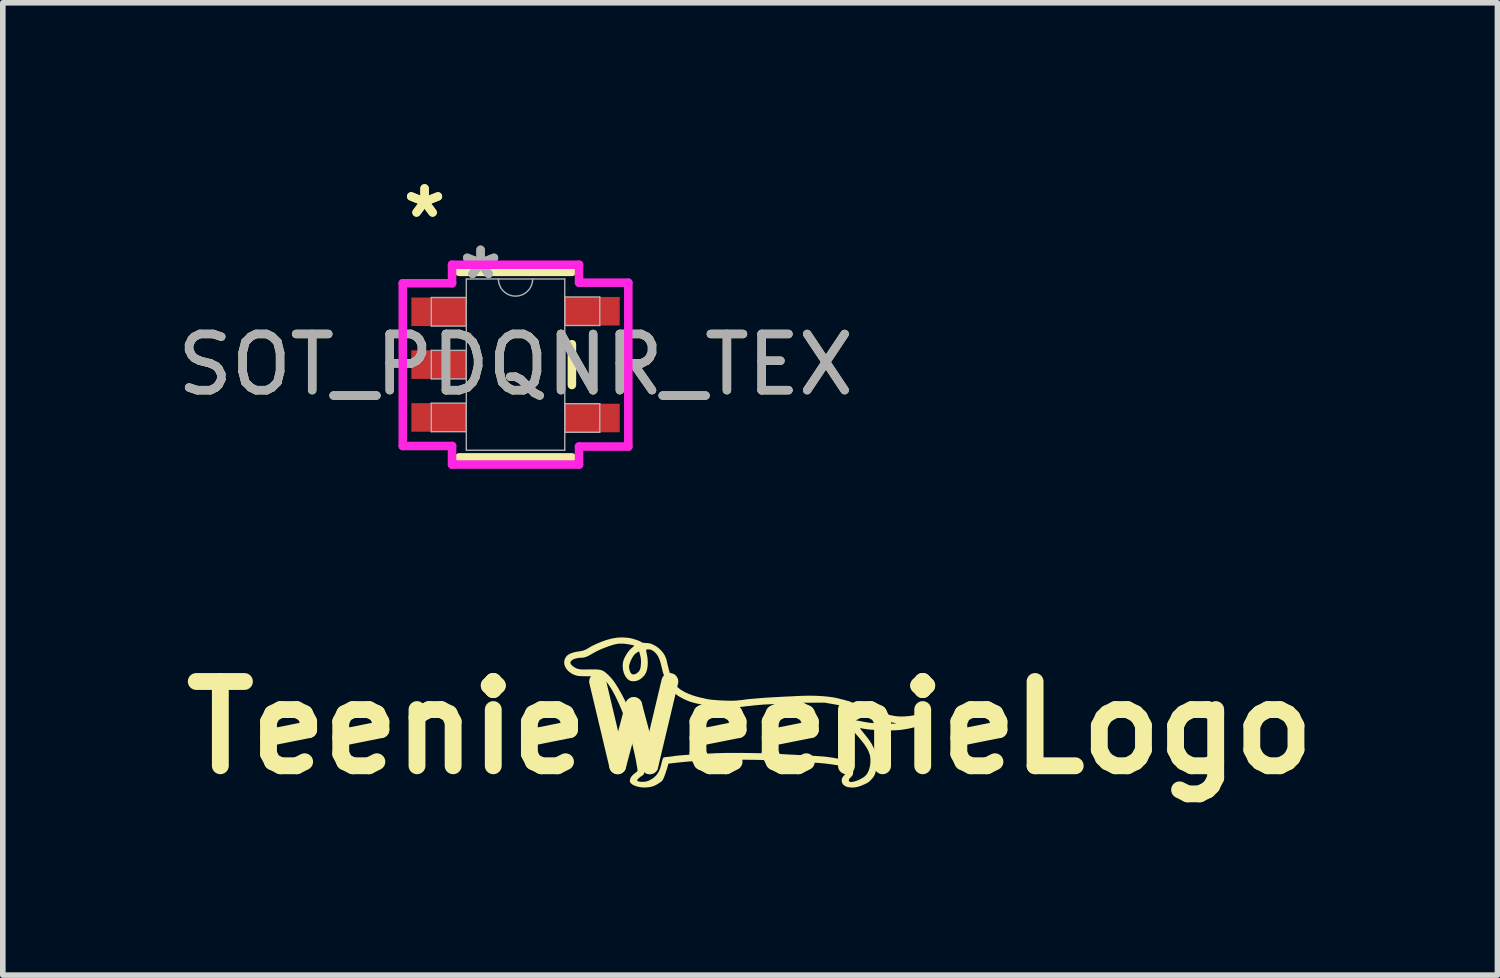
<source format=kicad_pcb>
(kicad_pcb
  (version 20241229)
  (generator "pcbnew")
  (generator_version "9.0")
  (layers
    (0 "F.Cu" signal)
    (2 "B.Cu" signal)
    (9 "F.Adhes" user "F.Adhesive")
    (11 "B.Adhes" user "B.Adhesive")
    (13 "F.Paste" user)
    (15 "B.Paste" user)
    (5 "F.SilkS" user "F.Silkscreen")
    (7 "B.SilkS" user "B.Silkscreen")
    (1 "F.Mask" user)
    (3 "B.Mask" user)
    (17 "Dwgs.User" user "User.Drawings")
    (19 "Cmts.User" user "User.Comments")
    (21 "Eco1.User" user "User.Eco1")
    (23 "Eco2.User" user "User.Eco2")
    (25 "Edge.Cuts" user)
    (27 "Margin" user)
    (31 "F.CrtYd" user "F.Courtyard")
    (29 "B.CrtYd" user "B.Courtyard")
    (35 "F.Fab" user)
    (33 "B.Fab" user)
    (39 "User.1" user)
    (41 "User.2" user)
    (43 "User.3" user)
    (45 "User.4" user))
  (footprint "TeenieWeenieLogo"
    (layer "F.Cu")
    (at 10.3 9.9)
    (property "Reference" "TeenieWeenieLogo" (at 0 0 0) (layer "F.SilkS") (effects (font (size 1.5 1.5) (thickness 0.3))))
    (attr board_only exclude_from_pos_files exclude_from_bom)
    (fp_poly (pts (xy -2.189 -1.601) (xy -2.186 -1.601) (xy -2.141 -1.594) (xy -2.093 -1.583) (xy -2.045 -1.569) (xy -2.001 -1.554) (xy -1.964 -1.539) (xy -1.943 -1.527) (xy -1.928 -1.518) (xy -1.912 -1.513) (xy -1.89 -1.509) (xy -1.859 -1.507) (xy -1.848 -1.506) (xy -1.814 -1.504) (xy -1.789 -1.5) (xy -1.766 -1.494) (xy -1.74 -1.483) (xy -1.718 -1.473) (xy -1.678 -1.451) (xy -1.643 -1.427) (xy -1.606 -1.395) (xy -1.599 -1.389) (xy -1.553 -1.338) (xy -1.519 -1.285) (xy -1.494 -1.226) (xy -1.483 -1.184) (xy -1.468 -1.117) (xy -1.454 -1.062) (xy -1.442 -1.016) (xy -1.43 -0.976) (xy -1.418 -0.94) (xy -1.404 -0.905) (xy -1.388 -0.868) (xy -1.37 -0.83) (xy -1.352 -0.795) (xy -1.335 -0.768) (xy -1.316 -0.744) (xy -1.29 -0.719) (xy -1.288 -0.717) (xy -1.234 -0.674) (xy -1.167 -0.635) (xy -1.089 -0.599) (xy -1.001 -0.567) (xy -0.904 -0.54) (xy -0.861 -0.53) (xy -0.831 -0.524) (xy -0.803 -0.517) (xy -0.783 -0.512) (xy -0.782 -0.512) (xy -0.749 -0.506) (xy -0.705 -0.499) (xy -0.651 -0.494) (xy -0.591 -0.489) (xy -0.527 -0.485) (xy -0.462 -0.482) (xy -0.398 -0.48) (xy -0.338 -0.479) (xy -0.284 -0.48) (xy -0.24 -0.483) (xy -0.235 -0.483) (xy -0.199 -0.487) (xy -0.166 -0.49) (xy -0.14 -0.493) (xy -0.125 -0.495) (xy -0.124 -0.495) (xy -0.091 -0.5) (xy -0.045 -0.506) (xy 0.011 -0.511) (xy 0.076 -0.517) (xy 0.148 -0.523) (xy 0.224 -0.529) (xy 0.304 -0.535) (xy 0.385 -0.54) (xy 0.465 -0.544) (xy 0.537 -0.548) (xy 0.593 -0.551) (xy 0.652 -0.554) (xy 0.709 -0.556) (xy 0.761 -0.559) (xy 0.804 -0.561) (xy 0.814 -0.562) (xy 0.938 -0.567) (xy 1.058 -0.569) (xy 1.174 -0.567) (xy 1.282 -0.561) (xy 1.382 -0.552) (xy 1.473 -0.54) (xy 1.552 -0.525) (xy 1.586 -0.516) (xy 1.615 -0.508) (xy 1.649 -0.5) (xy 1.673 -0.494) (xy 1.697 -0.488) (xy 1.732 -0.477) (xy 1.776 -0.462) (xy 1.827 -0.444) (xy 1.881 -0.425) (xy 1.938 -0.404) (xy 1.994 -0.382) (xy 2.047 -0.361) (xy 2.096 -0.342) (xy 2.13 -0.327) (xy 2.159 -0.316) (xy 2.2 -0.303) (xy 2.249 -0.288) (xy 2.303 -0.272) (xy 2.36 -0.257) (xy 2.418 -0.242) (xy 2.473 -0.228) (xy 2.523 -0.217) (xy 2.565 -0.209) (xy 2.577 -0.207) (xy 2.651 -0.199) (xy 2.733 -0.199) (xy 2.819 -0.205) (xy 2.906 -0.218) (xy 2.94 -0.225) (xy 2.993 -0.235) (xy 3.036 -0.239) (xy 3.069 -0.238) (xy 3.087 -0.233) (xy 3.103 -0.219) (xy 3.12 -0.196) (xy 3.132 -0.172) (xy 3.137 -0.15) (xy 3.131 -0.122) (xy 3.114 -0.094) (xy 3.091 -0.072) (xy 3.052 -0.051) (xy 3.001 -0.03) (xy 2.939 -0.011) (xy 2.868 0.007) (xy 2.791 0.023) (xy 2.707 0.036) (xy 2.678 0.04) (xy 2.618 0.045) (xy 2.549 0.048) (xy 2.473 0.049) (xy 2.393 0.049) (xy 2.312 0.046) (xy 2.232 0.042) (xy 2.155 0.036) (xy 2.085 0.029) (xy 2.024 0.02) (xy 1.974 0.01) (xy 1.972 0.01) (xy 1.961 0.008) (xy 1.958 0.011) (xy 1.961 0.02) (xy 1.973 0.036) (xy 1.993 0.062) (xy 2.038 0.118) (xy 2.076 0.165) (xy 2.106 0.205) (xy 2.131 0.24) (xy 2.152 0.272) (xy 2.17 0.302) (xy 2.185 0.332) (xy 2.201 0.365) (xy 2.208 0.381) (xy 2.226 0.426) (xy 2.239 0.464) (xy 2.247 0.503) (xy 2.25 0.525) (xy 2.254 0.556) (xy 2.256 0.582) (xy 2.257 0.607) (xy 2.256 0.635) (xy 2.252 0.668) (xy 2.247 0.71) (xy 2.244 0.733) (xy 2.234 0.787) (xy 2.22 0.831) (xy 2.201 0.869) (xy 2.173 0.905) (xy 2.151 0.929) (xy 2.127 0.953) (xy 2.103 0.972) (xy 2.075 0.989) (xy 2.038 1.007) (xy 2.033 1.009) (xy 1.972 1.035) (xy 1.918 1.053) (xy 1.868 1.063) (xy 1.817 1.066) (xy 1.794 1.065) (xy 1.74 1.058) (xy 1.696 1.043) (xy 1.662 1.019) (xy 1.64 0.989) (xy 1.63 0.953) (xy 1.632 0.913) (xy 1.641 0.89) (xy 1.662 0.862) (xy 1.676 0.846) (xy 1.714 0.806) (xy 1.714 0.759) (xy 1.714 0.732) (xy 1.711 0.717) (xy 1.705 0.708) (xy 1.701 0.705) (xy 1.68 0.697) (xy 1.647 0.688) (xy 1.604 0.679) (xy 1.553 0.669) (xy 1.496 0.66) (xy 1.435 0.651) (xy 1.371 0.643) (xy 1.308 0.636) (xy 1.246 0.63) (xy 1.189 0.626) (xy 1.184 0.626) (xy 1.132 0.623) (xy 1.072 0.619) (xy 1.01 0.616) (xy 0.954 0.613) (xy 0.939 0.612) (xy 0.809 0.605) (xy 0.676 0.597) (xy 0.545 0.59) (xy 0.422 0.584) (xy 0.398 0.583) (xy 0.284 0.578) (xy 0.159 0.574) (xy 0.026 0.572) (xy -0.111 0.571) (xy -0.25 0.571) (xy -0.389 0.572) (xy -0.523 0.574) (xy -0.651 0.578) (xy -0.77 0.583) (xy -0.846 0.587) (xy -0.872 0.588) (xy -0.908 0.591) (xy -0.95 0.593) (xy -0.996 0.596) (xy -1.024 0.598) (xy -1.073 0.601) (xy -1.131 0.606) (xy -1.193 0.612) (xy -1.253 0.618) (xy -1.297 0.623) (xy -1.342 0.628) (xy -1.382 0.632) (xy -1.415 0.636) (xy -1.438 0.639) (xy -1.451 0.64) (xy -1.452 0.64) (xy -1.458 0.646) (xy -1.458 0.649) (xy -1.46 0.663) (xy -1.467 0.687) (xy -1.476 0.719) (xy -1.488 0.756) (xy -1.5 0.794) (xy -1.513 0.831) (xy -1.525 0.864) (xy -1.535 0.89) (xy -1.54 0.9) (xy -1.552 0.924) (xy -1.564 0.942) (xy -1.578 0.957) (xy -1.599 0.972) (xy -1.622 0.988) (xy -1.679 1.022) (xy -1.733 1.045) (xy -1.789 1.058) (xy -1.85 1.064) (xy -1.853 1.064) (xy -1.9 1.064) (xy -1.944 1.061) (xy -1.973 1.056) (xy -2.026 1.043) (xy -2.069 1.027) (xy -2.102 1.007) (xy -2.114 0.997) (xy -2.131 0.98) (xy -2.139 0.965) (xy -2.141 0.945) (xy -2.141 0.942) (xy -2.134 0.909) (xy -2.115 0.873) (xy -2.084 0.838) (xy -2.051 0.811) (xy -2.029 0.795) (xy -2.013 0.781) (xy -2.004 0.772) (xy -2.004 0.772) (xy -2.004 0.762) (xy -2.006 0.74) (xy -2.011 0.708) (xy -2.018 0.668) (xy -2.026 0.623) (xy -2.035 0.573) (xy -2.045 0.522) (xy -2.056 0.471) (xy -2.066 0.423) (xy -2.069 0.413) (xy -2.097 0.292) (xy -2.127 0.177) (xy -2.157 0.068) (xy -2.186 -0.033) (xy -2.215 -0.124) (xy -2.243 -0.202) (xy -2.247 -0.213) (xy -2.294 -0.332) (xy -2.341 -0.44) (xy -2.388 -0.539) (xy -2.433 -0.627) (xy -2.478 -0.703) (xy -2.52 -0.767) (xy -2.561 -0.819) (xy -2.597 -0.855) (xy -2.618 -0.872) (xy -2.635 -0.886) (xy -2.651 -0.896) (xy -2.669 -0.903) (xy -2.689 -0.909) (xy -2.714 -0.912) (xy -2.747 -0.913) (xy -2.788 -0.914) (xy -2.842 -0.914) (xy -2.863 -0.914) (xy -2.933 -0.915) (xy -2.989 -0.916) (xy -3.033 -0.918) (xy -3.064 -0.921) (xy -3.08 -0.924) (xy -3.138 -0.943) (xy -3.19 -0.971) (xy -3.235 -1.006) (xy -3.27 -1.046) (xy -3.295 -1.09) (xy -3.308 -1.137) (xy -3.309 -1.16) (xy -3.309 -1.163) (xy -3.198 -1.163) (xy -3.197 -1.144) (xy -3.185 -1.123) (xy -3.163 -1.1) (xy -3.134 -1.079) (xy -3.102 -1.06) (xy -3.08 -1.051) (xy -3.065 -1.046) (xy -3.05 -1.042) (xy -3.034 -1.039) (xy -3.014 -1.037) (xy -2.989 -1.036) (xy -2.956 -1.036) (xy -2.912 -1.036) (xy -2.868 -1.037) (xy -2.803 -1.037) (xy -2.749 -1.037) (xy -2.705 -1.034) (xy -2.669 -1.029) (xy -2.639 -1.02) (xy -2.611 -1.008) (xy -2.584 -0.99) (xy -2.557 -0.967) (xy -2.525 -0.938) (xy -2.507 -0.92) (xy -2.478 -0.89) (xy -2.449 -0.855) (xy -2.419 -0.816) (xy -2.388 -0.769) (xy -2.354 -0.715) (xy -2.317 -0.651) (xy -2.275 -0.575) (xy -2.268 -0.562) (xy -2.227 -0.481) (xy -2.186 -0.388) (xy -2.145 -0.284) (xy -2.105 -0.172) (xy -2.067 -0.054) (xy -2.031 0.07) (xy -1.997 0.197) (xy -1.966 0.324) (xy -1.939 0.451) (xy -1.916 0.575) (xy -1.898 0.687) (xy -1.893 0.727) (xy -1.89 0.763) (xy -1.887 0.793) (xy -1.887 0.813) (xy -1.887 0.819) (xy -1.898 0.836) (xy -1.922 0.855) (xy -1.934 0.863) (xy -1.962 0.882) (xy -1.985 0.902) (xy -2.003 0.921) (xy -2.011 0.936) (xy -2.011 0.941) (xy -2 0.952) (xy -1.978 0.959) (xy -1.947 0.964) (xy -1.908 0.964) (xy -1.901 0.964) (xy -1.868 0.961) (xy -1.841 0.956) (xy -1.814 0.947) (xy -1.784 0.933) (xy -1.724 0.898) (xy -1.673 0.852) (xy -1.633 0.795) (xy -1.603 0.729) (xy -1.586 0.671) (xy -1.573 0.615) (xy -1.561 0.573) (xy -1.55 0.545) (xy -1.54 0.531) (xy -1.538 0.53) (xy -1.526 0.528) (xy -1.504 0.524) (xy -1.475 0.521) (xy -1.451 0.519) (xy -1.419 0.515) (xy -1.392 0.512) (xy -1.372 0.51) (xy -1.365 0.508) (xy -1.347 0.505) (xy -1.315 0.5) (xy -1.27 0.496) (xy -1.213 0.491) (xy -1.144 0.486) (xy -1.064 0.48) (xy -0.975 0.475) (xy -0.875 0.469) (xy -0.767 0.463) (xy -0.65 0.457) (xy -0.594 0.454) (xy -0.542 0.453) (xy -0.479 0.451) (xy -0.405 0.45) (xy -0.324 0.45) (xy -0.237 0.45) (xy -0.146 0.45) (xy -0.054 0.451) (xy 0.038 0.452) (xy 0.127 0.454) (xy 0.211 0.455) (xy 0.289 0.458) (xy 0.357 0.46) (xy 0.398 0.462) (xy 0.439 0.464) (xy 0.491 0.467) (xy 0.551 0.47) (xy 0.618 0.474) (xy 0.687 0.478) (xy 0.757 0.481) (xy 0.807 0.484) (xy 0.903 0.489) (xy 0.986 0.494) (xy 1.058 0.498) (xy 1.119 0.501) (xy 1.17 0.504) (xy 1.214 0.507) (xy 1.25 0.509) (xy 1.281 0.512) (xy 1.308 0.514) (xy 1.332 0.516) (xy 1.353 0.519) (xy 1.374 0.521) (xy 1.396 0.524) (xy 1.409 0.526) (xy 1.458 0.533) (xy 1.511 0.542) (xy 1.566 0.552) (xy 1.62 0.563) (xy 1.67 0.574) (xy 1.712 0.584) (xy 1.744 0.592) (xy 1.751 0.594) (xy 1.784 0.61) (xy 1.807 0.633) (xy 1.823 0.667) (xy 1.825 0.672) (xy 1.831 0.7) (xy 1.834 0.735) (xy 1.835 0.772) (xy 1.833 0.806) (xy 1.829 0.832) (xy 1.828 0.837) (xy 1.818 0.853) (xy 1.801 0.873) (xy 1.789 0.885) (xy 1.766 0.908) (xy 1.756 0.931) (xy 1.759 0.95) (xy 1.765 0.959) (xy 1.782 0.966) (xy 1.809 0.967) (xy 1.842 0.961) (xy 1.881 0.95) (xy 1.923 0.935) (xy 1.964 0.915) (xy 2.004 0.892) (xy 2.04 0.868) (xy 2.041 0.866) (xy 2.073 0.833) (xy 2.099 0.789) (xy 2.12 0.737) (xy 2.134 0.679) (xy 2.141 0.618) (xy 2.141 0.557) (xy 2.133 0.498) (xy 2.126 0.473) (xy 2.104 0.413) (xy 2.07 0.352) (xy 2.04 0.306) (xy 2.02 0.279) (xy 1.992 0.244) (xy 1.959 0.203) (xy 1.922 0.159) (xy 1.884 0.115) (xy 1.847 0.072) (xy 1.813 0.034) (xy 1.791 0.01) (xy 1.767 -0.016) (xy 1.748 -0.039) (xy 1.734 -0.056) (xy 1.728 -0.067) (xy 1.728 -0.067) (xy 1.735 -0.091) (xy 1.75 -0.113) (xy 1.771 -0.127) (xy 1.772 -0.127) (xy 1.8 -0.133) (xy 1.836 -0.134) (xy 1.882 -0.13) (xy 1.936 -0.121) (xy 2.001 -0.108) (xy 2.057 -0.098) (xy 2.106 -0.09) (xy 2.152 -0.084) (xy 2.199 -0.08) (xy 2.25 -0.077) (xy 2.307 -0.075) (xy 2.374 -0.073) (xy 2.393 -0.073) (xy 2.458 -0.072) (xy 2.512 -0.072) (xy 2.552 -0.072) (xy 2.579 -0.073) (xy 2.592 -0.075) (xy 2.594 -0.077) (xy 2.585 -0.081) (xy 2.566 -0.086) (xy 2.552 -0.088) (xy 2.518 -0.094) (xy 2.473 -0.104) (xy 2.417 -0.117) (xy 2.353 -0.133) (xy 2.282 -0.152) (xy 2.262 -0.158) (xy 2.208 -0.173) (xy 2.153 -0.191) (xy 2.093 -0.212) (xy 2.028 -0.237) (xy 1.955 -0.267) (xy 1.871 -0.301) (xy 1.859 -0.306) (xy 1.8 -0.331) (xy 1.75 -0.351) (xy 1.705 -0.367) (xy 1.662 -0.38) (xy 1.618 -0.391) (xy 1.568 -0.402) (xy 1.509 -0.413) (xy 1.479 -0.418) (xy 1.327 -0.445) (xy 1.078 -0.444) (xy 1.013 -0.444) (xy 0.946 -0.443) (xy 0.882 -0.442) (xy 0.821 -0.44) (xy 0.768 -0.439) (xy 0.725 -0.436) (xy 0.708 -0.435) (xy 0.663 -0.432) (xy 0.608 -0.429) (xy 0.548 -0.426) (xy 0.486 -0.423) (xy 0.428 -0.42) (xy 0.42 -0.419) (xy 0.36 -0.417) (xy 0.31 -0.414) (xy 0.267 -0.412) (xy 0.229 -0.41) (xy 0.193 -0.407) (xy 0.155 -0.404) (xy 0.113 -0.4) (xy 0.065 -0.395) (xy 0.007 -0.388) (xy -0.032 -0.384) (xy -0.064 -0.381) (xy -0.105 -0.376) (xy -0.15 -0.371) (xy -0.194 -0.366) (xy -0.199 -0.366) (xy -0.319 -0.358) (xy -0.448 -0.359) (xy -0.586 -0.369) (xy -0.733 -0.389) (xy -0.772 -0.396) (xy -0.846 -0.409) (xy -0.908 -0.421) (xy -0.961 -0.432) (xy -1.007 -0.444) (xy -1.049 -0.456) (xy -1.088 -0.469) (xy -1.127 -0.485) (xy -1.168 -0.504) (xy -1.192 -0.515) (xy -1.275 -0.561) (xy -1.345 -0.613) (xy -1.403 -0.671) (xy -1.444 -0.728) (xy -1.486 -0.807) (xy -1.523 -0.896) (xy -1.554 -0.991) (xy -1.575 -1.078) (xy -1.594 -1.154) (xy -1.615 -1.219) (xy -1.64 -1.272) (xy -1.67 -1.315) (xy -1.705 -1.35) (xy -1.746 -1.378) (xy -1.755 -1.383) (xy -1.788 -1.392) (xy -1.816 -1.393) (xy -1.832 -1.392) (xy -1.843 -1.39) (xy -1.849 -1.384) (xy -1.851 -1.373) (xy -1.848 -1.353) (xy -1.842 -1.324) (xy -1.836 -1.298) (xy -1.825 -1.229) (xy -1.821 -1.159) (xy -1.825 -1.088) (xy -1.836 -1.026) (xy -1.855 -0.974) (xy -1.884 -0.928) (xy -1.911 -0.899) (xy -1.955 -0.862) (xy -2.001 -0.839) (xy -2.05 -0.827) (xy -2.06 -0.826) (xy -2.105 -0.827) (xy -2.141 -0.837) (xy -2.173 -0.858) (xy -2.187 -0.87) (xy -2.22 -0.913) (xy -2.245 -0.965) (xy -2.261 -1.023) (xy -2.268 -1.083) (xy -2.155 -1.083) (xy -2.152 -1.051) (xy -2.144 -1.018) (xy -2.132 -0.987) (xy -2.118 -0.965) (xy -2.116 -0.963) (xy -2.092 -0.948) (xy -2.064 -0.947) (xy -2.031 -0.96) (xy -2.016 -0.969) (xy -1.988 -0.992) (xy -1.968 -1.018) (xy -1.955 -1.05) (xy -1.947 -1.091) (xy -1.943 -1.14) (xy -1.942 -1.184) (xy -1.944 -1.221) (xy -1.95 -1.256) (xy -1.956 -1.284) (xy -1.963 -1.313) (xy -1.97 -1.337) (xy -1.975 -1.351) (xy -1.977 -1.355) (xy -1.987 -1.353) (xy -2.003 -1.345) (xy -2.023 -1.331) (xy -2.043 -1.315) (xy -2.06 -1.299) (xy -2.065 -1.294) (xy -2.095 -1.249) (xy -2.12 -1.202) (xy -2.139 -1.156) (xy -2.152 -1.114) (xy -2.155 -1.083) (xy -2.268 -1.083) (xy -2.268 -1.084) (xy -2.266 -1.145) (xy -2.252 -1.203) (xy -2.245 -1.222) (xy -2.223 -1.268) (xy -2.195 -1.315) (xy -2.163 -1.36) (xy -2.131 -1.397) (xy -2.104 -1.421) (xy -2.084 -1.437) (xy -2.07 -1.45) (xy -2.063 -1.458) (xy -2.063 -1.458) (xy -2.069 -1.463) (xy -2.087 -1.468) (xy -2.114 -1.474) (xy -2.146 -1.48) (xy -2.181 -1.486) (xy -2.216 -1.491) (xy -2.243 -1.494) (xy -2.281 -1.495) (xy -2.32 -1.495) (xy -2.353 -1.493) (xy -2.358 -1.492) (xy -2.399 -1.484) (xy -2.449 -1.471) (xy -2.505 -1.453) (xy -2.565 -1.431) (xy -2.625 -1.408) (xy -2.683 -1.383) (xy -2.735 -1.358) (xy -2.777 -1.335) (xy -2.828 -1.305) (xy -2.87 -1.282) (xy -2.904 -1.266) (xy -2.932 -1.255) (xy -2.958 -1.248) (xy -2.982 -1.245) (xy -2.998 -1.245) (xy -3.049 -1.242) (xy -3.095 -1.233) (xy -3.135 -1.221) (xy -3.166 -1.204) (xy -3.188 -1.185) (xy -3.198 -1.163) (xy -3.309 -1.163) (xy -3.303 -1.208) (xy -3.285 -1.249) (xy -3.256 -1.284) (xy -3.214 -1.312) (xy -3.159 -1.334) (xy -3.093 -1.35) (xy -3.033 -1.359) (xy -2.979 -1.369) (xy -2.927 -1.389) (xy -2.872 -1.419) (xy -2.862 -1.426) (xy -2.844 -1.437) (xy -2.817 -1.452) (xy -2.786 -1.468) (xy -2.771 -1.475) (xy -2.661 -1.523) (xy -2.559 -1.56) (xy -2.462 -1.586) (xy -2.369 -1.602) (xy -2.278 -1.606)) (stroke (width 0) (type solid)) (fill yes) (layer "F.SilkS")))
  (footprint "SOT_PDQNR_TEX"
    (layer "F.Cu")
    (at 6.125 3.439)
    (property "Reference" "SOT_PDQNR_TEX" (at 0 0 0) (unlocked yes) (layer "F.SilkS") (effects (font (size 1 1) (thickness 0.15))))
    (attr smd)
    (fp_line (start -1.003 1.651) (end 1.003 1.651) (stroke (width 0.152) (type solid)) (layer "F.SilkS"))
    (fp_line (start 1.003 -1.651) (end -1.003 -1.651) (stroke (width 0.152) (type solid)) (layer "F.SilkS"))
    (fp_line (start 1.003 0.363) (end 1.003 -0.363) (stroke (width 0.152) (type solid)) (layer "F.SilkS"))
    (fp_line (start -2.007 -1.448) (end -1.13 -1.448) (stroke (width 0.152) (type solid)) (layer "F.CrtYd"))
    (fp_line (start -2.007 1.448) (end -2.007 -1.448) (stroke (width 0.152) (type solid)) (layer "F.CrtYd"))
    (fp_line (start -1.13 -1.778) (end 1.13 -1.778) (stroke (width 0.152) (type solid)) (layer "F.CrtYd"))
    (fp_line (start -1.13 -1.448) (end -1.13 -1.778) (stroke (width 0.152) (type solid)) (layer "F.CrtYd"))
    (fp_line (start -1.13 1.448) (end -2.007 1.448) (stroke (width 0.152) (type solid)) (layer "F.CrtYd"))
    (fp_line (start -1.13 1.778) (end -1.13 1.448) (stroke (width 0.152) (type solid)) (layer "F.CrtYd"))
    (fp_line (start 1.13 -1.778) (end 1.13 -1.458) (stroke (width 0.152) (type solid)) (layer "F.CrtYd"))
    (fp_line (start 1.13 -1.458) (end 2.007 -1.458) (stroke (width 0.152) (type solid)) (layer "F.CrtYd"))
    (fp_line (start 1.13 1.458) (end 1.13 1.778) (stroke (width 0.152) (type solid)) (layer "F.CrtYd"))
    (fp_line (start 1.13 1.778) (end -1.13 1.778) (stroke (width 0.152) (type solid)) (layer "F.CrtYd"))
    (fp_line (start 2.007 -1.458) (end 2.007 1.458) (stroke (width 0.152) (type solid)) (layer "F.CrtYd"))
    (fp_line (start 2.007 1.458) (end 1.13 1.458) (stroke (width 0.152) (type solid)) (layer "F.CrtYd"))
    (fp_line (start -1.499 -1.194) (end -1.499 -0.686) (stroke (width 0.025) (type solid)) (layer "F.Fab"))
    (fp_line (start -1.499 -0.686) (end -0.876 -0.686) (stroke (width 0.025) (type solid)) (layer "F.Fab"))
    (fp_line (start -1.499 -0.254) (end -1.499 0.254) (stroke (width 0.025) (type solid)) (layer "F.Fab"))
    (fp_line (start -1.499 0.254) (end -0.876 0.254) (stroke (width 0.025) (type solid)) (layer "F.Fab"))
    (fp_line (start -1.499 0.686) (end -1.499 1.194) (stroke (width 0.025) (type solid)) (layer "F.Fab"))
    (fp_line (start -1.499 1.194) (end -0.876 1.194) (stroke (width 0.025) (type solid)) (layer "F.Fab"))
    (fp_line (start -0.876 -1.524) (end -0.876 1.524) (stroke (width 0.025) (type solid)) (layer "F.Fab"))
    (fp_line (start -0.876 -1.194) (end -1.499 -1.194) (stroke (width 0.025) (type solid)) (layer "F.Fab"))
    (fp_line (start -0.876 -0.686) (end -0.876 -1.194) (stroke (width 0.025) (type solid)) (layer "F.Fab"))
    (fp_line (start -0.876 -0.254) (end -1.499 -0.254) (stroke (width 0.025) (type solid)) (layer "F.Fab"))
    (fp_line (start -0.876 0.254) (end -0.876 -0.254) (stroke (width 0.025) (type solid)) (layer "F.Fab"))
    (fp_line (start -0.876 0.686) (end -1.499 0.686) (stroke (width 0.025) (type solid)) (layer "F.Fab"))
    (fp_line (start -0.876 1.194) (end -0.876 0.686) (stroke (width 0.025) (type solid)) (layer "F.Fab"))
    (fp_line (start -0.876 1.524) (end 0.876 1.524) (stroke (width 0.025) (type solid)) (layer "F.Fab"))
    (fp_line (start 0.876 -1.524) (end -0.876 -1.524) (stroke (width 0.025) (type solid)) (layer "F.Fab"))
    (fp_line (start 0.876 -1.204) (end 0.876 -0.696) (stroke (width 0.025) (type solid)) (layer "F.Fab"))
    (fp_line (start 0.876 -0.696) (end 1.499 -0.696) (stroke (width 0.025) (type solid)) (layer "F.Fab"))
    (fp_line (start 0.876 0.696) (end 0.876 1.204) (stroke (width 0.025) (type solid)) (layer "F.Fab"))
    (fp_line (start 0.876 1.204) (end 1.499 1.204) (stroke (width 0.025) (type solid)) (layer "F.Fab"))
    (fp_line (start 0.876 1.524) (end 0.876 -1.524) (stroke (width 0.025) (type solid)) (layer "F.Fab"))
    (fp_line (start 1.499 -1.204) (end 0.876 -1.204) (stroke (width 0.025) (type solid)) (layer "F.Fab"))
    (fp_line (start 1.499 -0.696) (end 1.499 -1.204) (stroke (width 0.025) (type solid)) (layer "F.Fab"))
    (fp_line (start 1.499 0.696) (end 0.876 0.696) (stroke (width 0.025) (type solid)) (layer "F.Fab"))
    (fp_line (start 1.499 1.204) (end 1.499 0.696) (stroke (width 0.025) (type solid)) (layer "F.Fab"))
    (fp_arc (start 0.3048 -1.524) (mid 0 -1.2192) (end -0.3048 -1.524) (stroke (width 0.0254) (type solid)) (layer "F.Fab"))
    (fp_text user "*" (at -1.619 -2.591 0) (layer "F.SilkS") (effects (font (size 1 1) (thickness 0.15))))
    (fp_text user "*" (at -1.619 -2.591 0) (unlocked yes) (layer "F.SilkS") (effects (font (size 1 1) (thickness 0.15))))
    (fp_text user "*" (at -0.622 -1.499 0) (layer "F.Fab") (effects (font (size 1 1) (thickness 0.15))))
    (fp_text user "*" (at -0.622 -1.499 0) (unlocked yes) (layer "F.Fab") (effects (font (size 1 1) (thickness 0.15))))
    (fp_text user "${REFERENCE}" (at 0 0 0) (unlocked yes) (layer "F.Fab") (effects (font (size 1 1) (thickness 0.15))))
    (pad "1" smd rect (at -1.365 -0.94) (size 0.978 0.508) (layers "F.Cu" "F.Mask" "F.Paste"))
    (pad "2" smd rect (at -1.365 0) (size 0.978 0.508) (layers "F.Cu" "F.Mask" "F.Paste"))
    (pad "3" smd rect (at -1.365 0.94) (size 0.978 0.508) (layers "F.Cu" "F.Mask" "F.Paste"))
    (pad "4" smd rect (at 1.365 0.95) (size 0.978 0.508) (layers "F.Cu" "F.Mask" "F.Paste"))
    (pad "5" smd rect (at 1.365 -0.95) (size 0.978 0.508) (layers "F.Cu" "F.Mask" "F.Paste")))
  (gr_rect
    (start -3 -3)
    (end 23.6 14.304)
    (stroke (width 0.1) (type default))
    (fill no)
    (layer "Edge.Cuts")))
</source>
